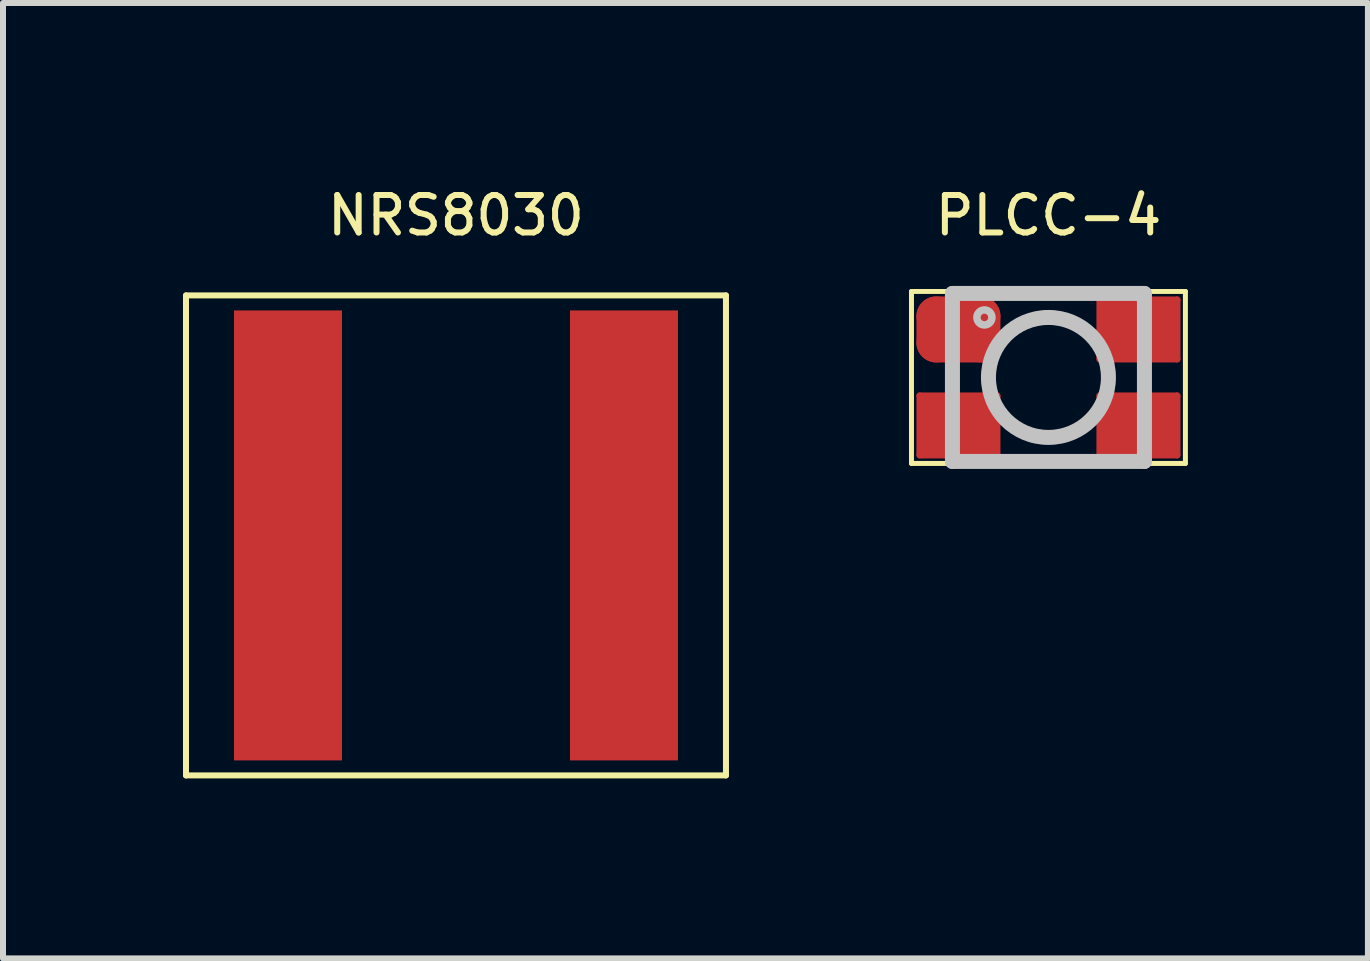
<source format=kicad_pcb>
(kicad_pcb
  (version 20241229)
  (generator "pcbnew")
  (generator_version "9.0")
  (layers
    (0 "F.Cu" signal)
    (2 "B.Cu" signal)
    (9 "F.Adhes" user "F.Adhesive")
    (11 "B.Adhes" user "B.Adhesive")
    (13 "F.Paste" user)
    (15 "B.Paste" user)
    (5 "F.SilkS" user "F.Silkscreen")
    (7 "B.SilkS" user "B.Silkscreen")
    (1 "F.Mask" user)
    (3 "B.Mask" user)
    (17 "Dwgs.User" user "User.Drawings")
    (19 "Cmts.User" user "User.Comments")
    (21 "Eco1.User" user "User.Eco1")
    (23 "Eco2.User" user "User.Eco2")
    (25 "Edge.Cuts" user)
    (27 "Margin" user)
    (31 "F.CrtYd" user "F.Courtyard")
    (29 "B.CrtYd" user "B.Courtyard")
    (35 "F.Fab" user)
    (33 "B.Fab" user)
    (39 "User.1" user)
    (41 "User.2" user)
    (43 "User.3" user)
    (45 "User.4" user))
  (footprint "NRS8030"
    (layer "F.Cu")
    (at 4.55 5.874)
    (property "Reference" "NRS8030" (at 0 -5.333 0) (layer "F.SilkS") (effects (font (size 0.625 0.625) (thickness 0.1))))
    (attr through_hole)
    (fp_line (start -4.5 -4) (end -4.5 4) (stroke (width 0.1) (type solid)) (layer "F.SilkS"))
    (fp_line (start -4.5 4) (end 4.5 4) (stroke (width 0.1) (type solid)) (layer "F.SilkS"))
    (fp_line (start 4.5 -4) (end -4.5 -4) (stroke (width 0.1) (type solid)) (layer "F.SilkS"))
    (fp_line (start 4.5 4) (end 4.5 -4) (stroke (width 0.1) (type solid)) (layer "F.SilkS"))
    (pad "1" smd rect (at -2.8 0) (size 1.8 7.5) (layers "F.Cu" "F.Mask" "F.Paste"))
    (pad "2" smd rect (at 2.8 0) (size 1.8 7.5) (layers "F.Cu" "F.Mask" "F.Paste")))
  (footprint "PLCC-4"
    (layer "F.Cu")
    (at 14.425 3.241)
    (property "Reference" "PLCC-4" (at 0 -2.7 0) (layer "F.SilkS") (effects (font (size 0.625 0.625) (thickness 0.1))))
    (attr through_hole)
    (fp_line (start -2.145 0.305) (end -0.855 0.305) (stroke (width 0.11) (type solid)) (layer "F.Cu"))
    (fp_line (start -2.145 1.295) (end -2.145 0.305) (stroke (width 0.11) (type solid)) (layer "F.Cu"))
    (fp_line (start -1.87 -1.02) (end -1.13 -1.02) (stroke (width 0.66) (type solid)) (layer "F.Cu"))
    (fp_line (start -1.87 -0.58) (end -1.87 -1.02) (stroke (width 0.66) (type solid)) (layer "F.Cu"))
    (fp_line (start -1.13 -1.02) (end -1.13 -0.58) (stroke (width 0.66) (type solid)) (layer "F.Cu"))
    (fp_line (start -1.13 -0.58) (end -1.87 -0.58) (stroke (width 0.66) (type solid)) (layer "F.Cu"))
    (fp_line (start -0.855 0.305) (end -0.855 1.295) (stroke (width 0.11) (type solid)) (layer "F.Cu"))
    (fp_line (start -0.855 1.295) (end -2.145 1.295) (stroke (width 0.11) (type solid)) (layer "F.Cu"))
    (fp_line (start 0.855 -1.295) (end 2.145 -1.295) (stroke (width 0.11) (type solid)) (layer "F.Cu"))
    (fp_line (start 0.855 -0.305) (end 0.855 -1.295) (stroke (width 0.11) (type solid)) (layer "F.Cu"))
    (fp_line (start 0.855 0.305) (end 2.145 0.305) (stroke (width 0.11) (type solid)) (layer "F.Cu"))
    (fp_line (start 0.855 1.295) (end 0.855 0.305) (stroke (width 0.11) (type solid)) (layer "F.Cu"))
    (fp_line (start 2.145 -1.295) (end 2.145 -0.305) (stroke (width 0.11) (type solid)) (layer "F.Cu"))
    (fp_line (start 2.145 -0.305) (end 0.855 -0.305) (stroke (width 0.11) (type solid)) (layer "F.Cu"))
    (fp_line (start 2.145 0.305) (end 2.145 1.295) (stroke (width 0.11) (type solid)) (layer "F.Cu"))
    (fp_line (start 2.145 1.295) (end 0.855 1.295) (stroke (width 0.11) (type solid)) (layer "F.Cu"))
    (fp_line (start -2.145 0.305) (end -0.855 0.305) (stroke (width 0.11) (type solid)) (layer "F.Mask"))
    (fp_line (start -2.145 1.295) (end -2.145 0.305) (stroke (width 0.11) (type solid)) (layer "F.Mask"))
    (fp_line (start -1.87 -1.02) (end -1.13 -1.02) (stroke (width 0.66) (type solid)) (layer "F.Mask"))
    (fp_line (start -1.87 -0.58) (end -1.87 -1.02) (stroke (width 0.66) (type solid)) (layer "F.Mask"))
    (fp_line (start -1.13 -1.02) (end -1.13 -0.58) (stroke (width 0.66) (type solid)) (layer "F.Mask"))
    (fp_line (start -1.13 -0.58) (end -1.87 -0.58) (stroke (width 0.66) (type solid)) (layer "F.Mask"))
    (fp_line (start -0.855 0.305) (end -0.855 1.295) (stroke (width 0.11) (type solid)) (layer "F.Mask"))
    (fp_line (start -0.855 1.295) (end -2.145 1.295) (stroke (width 0.11) (type solid)) (layer "F.Mask"))
    (fp_line (start 0.855 -1.295) (end 2.145 -1.295) (stroke (width 0.11) (type solid)) (layer "F.Mask"))
    (fp_line (start 0.855 -0.305) (end 0.855 -1.295) (stroke (width 0.11) (type solid)) (layer "F.Mask"))
    (fp_line (start 0.855 0.305) (end 2.145 0.305) (stroke (width 0.11) (type solid)) (layer "F.Mask"))
    (fp_line (start 0.855 1.295) (end 0.855 0.305) (stroke (width 0.11) (type solid)) (layer "F.Mask"))
    (fp_line (start 2.145 -1.295) (end 2.145 -0.305) (stroke (width 0.11) (type solid)) (layer "F.Mask"))
    (fp_line (start 2.145 -0.305) (end 0.855 -0.305) (stroke (width 0.11) (type solid)) (layer "F.Mask"))
    (fp_line (start 2.145 0.305) (end 2.145 1.295) (stroke (width 0.11) (type solid)) (layer "F.Mask"))
    (fp_line (start 2.145 1.295) (end 0.855 1.295) (stroke (width 0.11) (type solid)) (layer "F.Mask"))
    (fp_line (start -2.283 -1.433) (end -2.283 1.433) (stroke (width 0.083) (type solid)) (layer "F.SilkS"))
    (fp_line (start -2.283 1.433) (end 2.283 1.433) (stroke (width 0.083) (type solid)) (layer "F.SilkS"))
    (fp_line (start 2.283 -1.433) (end -2.283 -1.433) (stroke (width 0.083) (type solid)) (layer "F.SilkS"))
    (fp_line (start 2.283 1.433) (end 2.283 -1.433) (stroke (width 0.083) (type solid)) (layer "F.SilkS"))
    (fp_line (start -2.145 0.305) (end -0.855 0.305) (stroke (width 0.11) (type solid)) (layer "F.Paste"))
    (fp_line (start -2.145 1.295) (end -2.145 0.305) (stroke (width 0.11) (type solid)) (layer "F.Paste"))
    (fp_line (start -1.87 -1.02) (end -1.13 -1.02) (stroke (width 0.66) (type solid)) (layer "F.Paste"))
    (fp_line (start -1.87 -0.58) (end -1.87 -1.02) (stroke (width 0.66) (type solid)) (layer "F.Paste"))
    (fp_line (start -1.13 -1.02) (end -1.13 -0.58) (stroke (width 0.66) (type solid)) (layer "F.Paste"))
    (fp_line (start -1.13 -0.58) (end -1.87 -0.58) (stroke (width 0.66) (type solid)) (layer "F.Paste"))
    (fp_line (start -0.855 0.305) (end -0.855 1.295) (stroke (width 0.11) (type solid)) (layer "F.Paste"))
    (fp_line (start -0.855 1.295) (end -2.145 1.295) (stroke (width 0.11) (type solid)) (layer "F.Paste"))
    (fp_line (start 0.855 -1.295) (end 2.145 -1.295) (stroke (width 0.11) (type solid)) (layer "F.Paste"))
    (fp_line (start 0.855 -0.305) (end 0.855 -1.295) (stroke (width 0.11) (type solid)) (layer "F.Paste"))
    (fp_line (start 0.855 0.305) (end 2.145 0.305) (stroke (width 0.11) (type solid)) (layer "F.Paste"))
    (fp_line (start 0.855 1.295) (end 0.855 0.305) (stroke (width 0.11) (type solid)) (layer "F.Paste"))
    (fp_line (start 2.145 -1.295) (end 2.145 -0.305) (stroke (width 0.11) (type solid)) (layer "F.Paste"))
    (fp_line (start 2.145 -0.305) (end 0.855 -0.305) (stroke (width 0.11) (type solid)) (layer "F.Paste"))
    (fp_line (start 2.145 0.305) (end 2.145 1.295) (stroke (width 0.11) (type solid)) (layer "F.Paste"))
    (fp_line (start 2.145 1.295) (end 0.855 1.295) (stroke (width 0.11) (type solid)) (layer "F.Paste"))
    (fp_line (start -1.6 -1.4) (end -1.6 1.4) (stroke (width 0.25) (type solid)) (layer "Dwgs.User"))
    (fp_line (start -1.6 1.4) (end 1.6 1.4) (stroke (width 0.25) (type solid)) (layer "Dwgs.User"))
    (fp_line (start 1.6 -1.4) (end -1.6 -1.4) (stroke (width 0.25) (type solid)) (layer "Dwgs.User"))
    (fp_line (start 1.6 1.4) (end 1.6 -1.4) (stroke (width 0.25) (type solid)) (layer "Dwgs.User"))
    (fp_circle (center -1.067 -1) (end -0.978 -0.912) (stroke (width 0.125) (type solid)) (fill no) (layer "Dwgs.User"))
    (fp_circle (center 0 0) (end 0.707 0.707) (stroke (width 0.25) (type solid)) (fill no) (layer "Dwgs.User"))
    (pad "1" smd rect (at -1.5 -0.8) (size 0.74 0.44) (layers "F.Cu" "F.Mask" "F.Paste"))
    (pad "2" smd rect (at -1.5 0.8) (size 1.29 0.99) (layers "F.Cu" "F.Mask" "F.Paste"))
    (pad "3" smd rect (at 1.5 0.8) (size 1.29 0.99) (layers "F.Cu" "F.Mask" "F.Paste"))
    (pad "4" smd rect (at 1.5 -0.8) (size 1.29 0.99) (layers "F.Cu" "F.Mask" "F.Paste")))
  (gr_rect
    (start -3 -3)
    (end 19.75 12.924)
    (stroke (width 0.1) (type default))
    (fill no)
    (layer "Edge.Cuts")))
</source>
